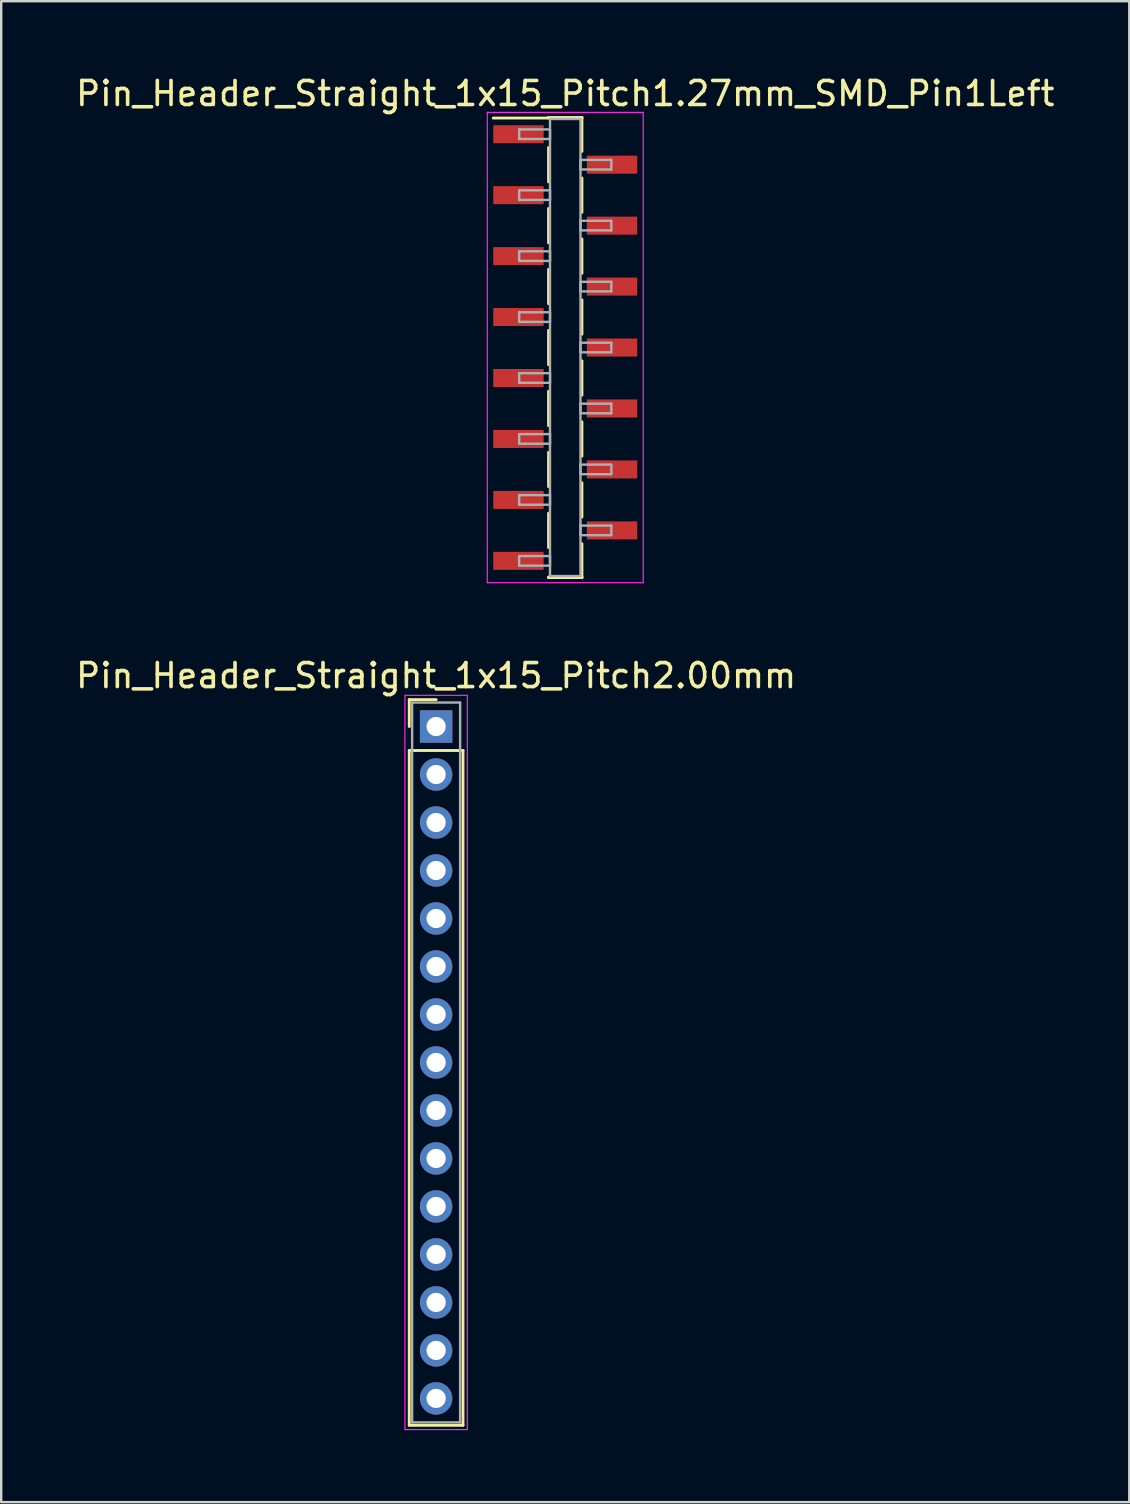
<source format=kicad_pcb>
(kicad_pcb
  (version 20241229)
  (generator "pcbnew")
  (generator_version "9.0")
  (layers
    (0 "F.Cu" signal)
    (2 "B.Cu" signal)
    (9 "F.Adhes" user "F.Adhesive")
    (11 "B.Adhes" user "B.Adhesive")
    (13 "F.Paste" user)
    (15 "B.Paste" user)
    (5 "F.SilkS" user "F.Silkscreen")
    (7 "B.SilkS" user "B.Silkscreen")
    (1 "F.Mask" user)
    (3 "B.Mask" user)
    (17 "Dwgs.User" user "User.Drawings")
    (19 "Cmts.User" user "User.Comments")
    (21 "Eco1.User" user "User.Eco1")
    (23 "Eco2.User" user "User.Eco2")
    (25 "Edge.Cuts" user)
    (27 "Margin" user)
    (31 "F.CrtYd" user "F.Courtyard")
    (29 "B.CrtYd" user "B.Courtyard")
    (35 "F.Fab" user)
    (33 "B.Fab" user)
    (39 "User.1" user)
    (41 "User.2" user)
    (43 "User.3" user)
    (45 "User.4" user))
  (footprint "Pin_Header_Straight_1x15_Pitch2.00mm"
    (layer "F.Cu")
    (at 15.125 27.227)
    (property "Reference" "Pin_Header_Straight_1x15_Pitch2.00mm" (at 0 -2.12 0) (layer "F.SilkS") (effects (font (size 1 1) (thickness 0.15))))
    (attr through_hole)
    (fp_line (start -1.12 -1.12) (end 0 -1.12) (stroke (width 0.12) (type solid)) (layer "F.SilkS"))
    (fp_line (start -1.12 0) (end -1.12 -1.12) (stroke (width 0.12) (type solid)) (layer "F.SilkS"))
    (fp_line (start -1.12 1) (end -1.12 29.12) (stroke (width 0.12) (type solid)) (layer "F.SilkS"))
    (fp_line (start -1.12 29.12) (end 1.12 29.12) (stroke (width 0.12) (type solid)) (layer "F.SilkS"))
    (fp_line (start 1.12 1) (end -1.12 1) (stroke (width 0.12) (type solid)) (layer "F.SilkS"))
    (fp_line (start 1.12 29.12) (end 1.12 1) (stroke (width 0.12) (type solid)) (layer "F.SilkS"))
    (fp_line (start -1.3 -1.3) (end -1.3 29.3) (stroke (width 0.05) (type solid)) (layer "F.CrtYd"))
    (fp_line (start -1.3 29.3) (end 1.3 29.3) (stroke (width 0.05) (type solid)) (layer "F.CrtYd"))
    (fp_line (start 1.3 -1.3) (end -1.3 -1.3) (stroke (width 0.05) (type solid)) (layer "F.CrtYd"))
    (fp_line (start 1.3 29.3) (end 1.3 -1.3) (stroke (width 0.05) (type solid)) (layer "F.CrtYd"))
    (fp_line (start -1 -1) (end -1 29) (stroke (width 0.1) (type solid)) (layer "F.Fab"))
    (fp_line (start -1 29) (end 1 29) (stroke (width 0.1) (type solid)) (layer "F.Fab"))
    (fp_line (start 1 -1) (end -1 -1) (stroke (width 0.1) (type solid)) (layer "F.Fab"))
    (fp_line (start 1 29) (end 1 -1) (stroke (width 0.1) (type solid)) (layer "F.Fab"))
    (pad "1" thru_hole rect (at 0 0) (size 1.35 1.35) (drill 0.8) (layers "*.Cu" "*.Mask"))
    (pad "2" thru_hole oval (at 0 2) (size 1.35 1.35) (drill 0.8) (layers "*.Cu" "*.Mask"))
    (pad "3" thru_hole oval (at 0 4) (size 1.35 1.35) (drill 0.8) (layers "*.Cu" "*.Mask"))
    (pad "4" thru_hole oval (at 0 6) (size 1.35 1.35) (drill 0.8) (layers "*.Cu" "*.Mask"))
    (pad "5" thru_hole oval (at 0 8) (size 1.35 1.35) (drill 0.8) (layers "*.Cu" "*.Mask"))
    (pad "6" thru_hole oval (at 0 10) (size 1.35 1.35) (drill 0.8) (layers "*.Cu" "*.Mask"))
    (pad "7" thru_hole oval (at 0 12) (size 1.35 1.35) (drill 0.8) (layers "*.Cu" "*.Mask"))
    (pad "8" thru_hole oval (at 0 14) (size 1.35 1.35) (drill 0.8) (layers "*.Cu" "*.Mask"))
    (pad "9" thru_hole oval (at 0 16) (size 1.35 1.35) (drill 0.8) (layers "*.Cu" "*.Mask"))
    (pad "10" thru_hole oval (at 0 18) (size 1.35 1.35) (drill 0.8) (layers "*.Cu" "*.Mask"))
    (pad "11" thru_hole oval (at 0 20) (size 1.35 1.35) (drill 0.8) (layers "*.Cu" "*.Mask"))
    (pad "12" thru_hole oval (at 0 22) (size 1.35 1.35) (drill 0.8) (layers "*.Cu" "*.Mask"))
    (pad "13" thru_hole oval (at 0 24) (size 1.35 1.35) (drill 0.8) (layers "*.Cu" "*.Mask"))
    (pad "14" thru_hole oval (at 0 26) (size 1.35 1.35) (drill 0.8) (layers "*.Cu" "*.Mask"))
    (pad "15" thru_hole oval (at 0 28) (size 1.35 1.35) (drill 0.8) (layers "*.Cu" "*.Mask")))
  (footprint "Pin_Header_Straight_1x15_Pitch1.27mm_SMD_Pin1Left"
    (layer "F.Cu")
    (at 20.506 11.433)
    (property "Reference" "Pin_Header_Straight_1x15_Pitch1.27mm_SMD_Pin1Left" (at 0 -10.585 0) (layer "F.SilkS") (effects (font (size 1 1) (thickness 0.15))))
    (attr smd)
    (fp_line (start -0.695 -9.585) (end 0.695 -9.585) (stroke (width 0.12) (type solid)) (layer "F.SilkS"))
    (fp_line (start -0.695 -9.565) (end -3 -9.565) (stroke (width 0.12) (type solid)) (layer "F.SilkS"))
    (fp_line (start -0.695 -9.565) (end -0.695 -9.585) (stroke (width 0.12) (type solid)) (layer "F.SilkS"))
    (fp_line (start -0.695 -8.335) (end -0.695 -6.905) (stroke (width 0.12) (type solid)) (layer "F.SilkS"))
    (fp_line (start -0.695 -5.795) (end -0.695 -4.365) (stroke (width 0.12) (type solid)) (layer "F.SilkS"))
    (fp_line (start -0.695 -3.255) (end -0.695 -1.825) (stroke (width 0.12) (type solid)) (layer "F.SilkS"))
    (fp_line (start -0.695 -0.715) (end -0.695 0.715) (stroke (width 0.12) (type solid)) (layer "F.SilkS"))
    (fp_line (start -0.695 1.825) (end -0.695 3.255) (stroke (width 0.12) (type solid)) (layer "F.SilkS"))
    (fp_line (start -0.695 4.365) (end -0.695 5.795) (stroke (width 0.12) (type solid)) (layer "F.SilkS"))
    (fp_line (start -0.695 6.905) (end -0.695 8.335) (stroke (width 0.12) (type solid)) (layer "F.SilkS"))
    (fp_line (start -0.695 9.565) (end -0.695 9.585) (stroke (width 0.12) (type solid)) (layer "F.SilkS"))
    (fp_line (start -0.695 9.585) (end 0.695 9.585) (stroke (width 0.12) (type solid)) (layer "F.SilkS"))
    (fp_line (start 0.695 -9.585) (end 0.695 -9.565) (stroke (width 0.12) (type solid)) (layer "F.SilkS"))
    (fp_line (start 0.695 -9.585) (end 0.695 -8.175) (stroke (width 0.12) (type solid)) (layer "F.SilkS"))
    (fp_line (start 0.695 -7.065) (end 0.695 -5.635) (stroke (width 0.12) (type solid)) (layer "F.SilkS"))
    (fp_line (start 0.695 -4.525) (end 0.695 -3.095) (stroke (width 0.12) (type solid)) (layer "F.SilkS"))
    (fp_line (start 0.695 -1.985) (end 0.695 -0.555) (stroke (width 0.12) (type solid)) (layer "F.SilkS"))
    (fp_line (start 0.695 0.555) (end 0.695 1.985) (stroke (width 0.12) (type solid)) (layer "F.SilkS"))
    (fp_line (start 0.695 3.095) (end 0.695 4.525) (stroke (width 0.12) (type solid)) (layer "F.SilkS"))
    (fp_line (start 0.695 5.635) (end 0.695 7.065) (stroke (width 0.12) (type solid)) (layer "F.SilkS"))
    (fp_line (start 0.695 8.175) (end 0.695 9.585) (stroke (width 0.12) (type solid)) (layer "F.SilkS"))
    (fp_line (start 0.695 9.585) (end 0.695 9.565) (stroke (width 0.12) (type solid)) (layer "F.SilkS"))
    (fp_line (start -3.25 -9.8) (end -3.25 9.8) (stroke (width 0.05) (type solid)) (layer "F.CrtYd"))
    (fp_line (start -3.25 9.8) (end 3.25 9.8) (stroke (width 0.05) (type solid)) (layer "F.CrtYd"))
    (fp_line (start 3.25 -9.8) (end -3.25 -9.8) (stroke (width 0.05) (type solid)) (layer "F.CrtYd"))
    (fp_line (start 3.25 9.8) (end 3.25 -9.8) (stroke (width 0.05) (type solid)) (layer "F.CrtYd"))
    (fp_line (start -1.92 -9.09) (end -0.635 -9.09) (stroke (width 0.1) (type solid)) (layer "F.Fab"))
    (fp_line (start -1.92 -8.69) (end -1.92 -9.09) (stroke (width 0.1) (type solid)) (layer "F.Fab"))
    (fp_line (start -1.92 -6.55) (end -0.635 -6.55) (stroke (width 0.1) (type solid)) (layer "F.Fab"))
    (fp_line (start -1.92 -6.15) (end -1.92 -6.55) (stroke (width 0.1) (type solid)) (layer "F.Fab"))
    (fp_line (start -1.92 -4.01) (end -0.635 -4.01) (stroke (width 0.1) (type solid)) (layer "F.Fab"))
    (fp_line (start -1.92 -3.61) (end -1.92 -4.01) (stroke (width 0.1) (type solid)) (layer "F.Fab"))
    (fp_line (start -1.92 -1.47) (end -0.635 -1.47) (stroke (width 0.1) (type solid)) (layer "F.Fab"))
    (fp_line (start -1.92 -1.07) (end -1.92 -1.47) (stroke (width 0.1) (type solid)) (layer "F.Fab"))
    (fp_line (start -1.92 1.07) (end -0.635 1.07) (stroke (width 0.1) (type solid)) (layer "F.Fab"))
    (fp_line (start -1.92 1.47) (end -1.92 1.07) (stroke (width 0.1) (type solid)) (layer "F.Fab"))
    (fp_line (start -1.92 3.61) (end -0.635 3.61) (stroke (width 0.1) (type solid)) (layer "F.Fab"))
    (fp_line (start -1.92 4.01) (end -1.92 3.61) (stroke (width 0.1) (type solid)) (layer "F.Fab"))
    (fp_line (start -1.92 6.15) (end -0.635 6.15) (stroke (width 0.1) (type solid)) (layer "F.Fab"))
    (fp_line (start -1.92 6.55) (end -1.92 6.15) (stroke (width 0.1) (type solid)) (layer "F.Fab"))
    (fp_line (start -1.92 8.69) (end -0.635 8.69) (stroke (width 0.1) (type solid)) (layer "F.Fab"))
    (fp_line (start -1.92 9.09) (end -1.92 8.69) (stroke (width 0.1) (type solid)) (layer "F.Fab"))
    (fp_line (start -0.635 -9.525) (end -0.635 9.525) (stroke (width 0.1) (type solid)) (layer "F.Fab"))
    (fp_line (start -0.635 -9.09) (end -0.635 -8.69) (stroke (width 0.1) (type solid)) (layer "F.Fab"))
    (fp_line (start -0.635 -8.69) (end -1.92 -8.69) (stroke (width 0.1) (type solid)) (layer "F.Fab"))
    (fp_line (start -0.635 -6.55) (end -0.635 -6.15) (stroke (width 0.1) (type solid)) (layer "F.Fab"))
    (fp_line (start -0.635 -6.15) (end -1.92 -6.15) (stroke (width 0.1) (type solid)) (layer "F.Fab"))
    (fp_line (start -0.635 -4.01) (end -0.635 -3.61) (stroke (width 0.1) (type solid)) (layer "F.Fab"))
    (fp_line (start -0.635 -3.61) (end -1.92 -3.61) (stroke (width 0.1) (type solid)) (layer "F.Fab"))
    (fp_line (start -0.635 -1.47) (end -0.635 -1.07) (stroke (width 0.1) (type solid)) (layer "F.Fab"))
    (fp_line (start -0.635 -1.07) (end -1.92 -1.07) (stroke (width 0.1) (type solid)) (layer "F.Fab"))
    (fp_line (start -0.635 1.07) (end -0.635 1.47) (stroke (width 0.1) (type solid)) (layer "F.Fab"))
    (fp_line (start -0.635 1.47) (end -1.92 1.47) (stroke (width 0.1) (type solid)) (layer "F.Fab"))
    (fp_line (start -0.635 3.61) (end -0.635 4.01) (stroke (width 0.1) (type solid)) (layer "F.Fab"))
    (fp_line (start -0.635 4.01) (end -1.92 4.01) (stroke (width 0.1) (type solid)) (layer "F.Fab"))
    (fp_line (start -0.635 6.15) (end -0.635 6.55) (stroke (width 0.1) (type solid)) (layer "F.Fab"))
    (fp_line (start -0.635 6.55) (end -1.92 6.55) (stroke (width 0.1) (type solid)) (layer "F.Fab"))
    (fp_line (start -0.635 8.69) (end -0.635 9.09) (stroke (width 0.1) (type solid)) (layer "F.Fab"))
    (fp_line (start -0.635 9.09) (end -1.92 9.09) (stroke (width 0.1) (type solid)) (layer "F.Fab"))
    (fp_line (start -0.635 9.525) (end 0.635 9.525) (stroke (width 0.1) (type solid)) (layer "F.Fab"))
    (fp_line (start 0.635 -9.525) (end -0.635 -9.525) (stroke (width 0.1) (type solid)) (layer "F.Fab"))
    (fp_line (start 0.635 -7.82) (end 0.635 -7.42) (stroke (width 0.1) (type solid)) (layer "F.Fab"))
    (fp_line (start 0.635 -7.42) (end 1.92 -7.42) (stroke (width 0.1) (type solid)) (layer "F.Fab"))
    (fp_line (start 0.635 -5.28) (end 0.635 -4.88) (stroke (width 0.1) (type solid)) (layer "F.Fab"))
    (fp_line (start 0.635 -4.88) (end 1.92 -4.88) (stroke (width 0.1) (type solid)) (layer "F.Fab"))
    (fp_line (start 0.635 -2.74) (end 0.635 -2.34) (stroke (width 0.1) (type solid)) (layer "F.Fab"))
    (fp_line (start 0.635 -2.34) (end 1.92 -2.34) (stroke (width 0.1) (type solid)) (layer "F.Fab"))
    (fp_line (start 0.635 -0.2) (end 0.635 0.2) (stroke (width 0.1) (type solid)) (layer "F.Fab"))
    (fp_line (start 0.635 0.2) (end 1.92 0.2) (stroke (width 0.1) (type solid)) (layer "F.Fab"))
    (fp_line (start 0.635 2.34) (end 0.635 2.74) (stroke (width 0.1) (type solid)) (layer "F.Fab"))
    (fp_line (start 0.635 2.74) (end 1.92 2.74) (stroke (width 0.1) (type solid)) (layer "F.Fab"))
    (fp_line (start 0.635 4.88) (end 0.635 5.28) (stroke (width 0.1) (type solid)) (layer "F.Fab"))
    (fp_line (start 0.635 5.28) (end 1.92 5.28) (stroke (width 0.1) (type solid)) (layer "F.Fab"))
    (fp_line (start 0.635 7.42) (end 0.635 7.82) (stroke (width 0.1) (type solid)) (layer "F.Fab"))
    (fp_line (start 0.635 7.82) (end 1.92 7.82) (stroke (width 0.1) (type solid)) (layer "F.Fab"))
    (fp_line (start 0.635 9.525) (end 0.635 -9.525) (stroke (width 0.1) (type solid)) (layer "F.Fab"))
    (fp_line (start 1.92 -7.82) (end 0.635 -7.82) (stroke (width 0.1) (type solid)) (layer "F.Fab"))
    (fp_line (start 1.92 -7.42) (end 1.92 -7.82) (stroke (width 0.1) (type solid)) (layer "F.Fab"))
    (fp_line (start 1.92 -5.28) (end 0.635 -5.28) (stroke (width 0.1) (type solid)) (layer "F.Fab"))
    (fp_line (start 1.92 -4.88) (end 1.92 -5.28) (stroke (width 0.1) (type solid)) (layer "F.Fab"))
    (fp_line (start 1.92 -2.74) (end 0.635 -2.74) (stroke (width 0.1) (type solid)) (layer "F.Fab"))
    (fp_line (start 1.92 -2.34) (end 1.92 -2.74) (stroke (width 0.1) (type solid)) (layer "F.Fab"))
    (fp_line (start 1.92 -0.2) (end 0.635 -0.2) (stroke (width 0.1) (type solid)) (layer "F.Fab"))
    (fp_line (start 1.92 0.2) (end 1.92 -0.2) (stroke (width 0.1) (type solid)) (layer "F.Fab"))
    (fp_line (start 1.92 2.34) (end 0.635 2.34) (stroke (width 0.1) (type solid)) (layer "F.Fab"))
    (fp_line (start 1.92 2.74) (end 1.92 2.34) (stroke (width 0.1) (type solid)) (layer "F.Fab"))
    (fp_line (start 1.92 4.88) (end 0.635 4.88) (stroke (width 0.1) (type solid)) (layer "F.Fab"))
    (fp_line (start 1.92 5.28) (end 1.92 4.88) (stroke (width 0.1) (type solid)) (layer "F.Fab"))
    (fp_line (start 1.92 7.42) (end 0.635 7.42) (stroke (width 0.1) (type solid)) (layer "F.Fab"))
    (fp_line (start 1.92 7.82) (end 1.92 7.42) (stroke (width 0.1) (type solid)) (layer "F.Fab"))
    (pad "1" smd rect (at -1.95 -8.89) (size 2.1 0.75) (layers "F.Cu" "F.Mask"))
    (pad "2" smd rect (at 1.95 -7.62) (size 2.1 0.75) (layers "F.Cu" "F.Mask"))
    (pad "3" smd rect (at -1.95 -6.35) (size 2.1 0.75) (layers "F.Cu" "F.Mask"))
    (pad "4" smd rect (at 1.95 -5.08) (size 2.1 0.75) (layers "F.Cu" "F.Mask"))
    (pad "5" smd rect (at -1.95 -3.81) (size 2.1 0.75) (layers "F.Cu" "F.Mask"))
    (pad "6" smd rect (at 1.95 -2.54) (size 2.1 0.75) (layers "F.Cu" "F.Mask"))
    (pad "7" smd rect (at -1.95 -1.27) (size 2.1 0.75) (layers "F.Cu" "F.Mask"))
    (pad "8" smd rect (at 1.95 0) (size 2.1 0.75) (layers "F.Cu" "F.Mask"))
    (pad "9" smd rect (at -1.95 1.27) (size 2.1 0.75) (layers "F.Cu" "F.Mask"))
    (pad "10" smd rect (at 1.95 2.54) (size 2.1 0.75) (layers "F.Cu" "F.Mask"))
    (pad "11" smd rect (at -1.95 3.81) (size 2.1 0.75) (layers "F.Cu" "F.Mask"))
    (pad "12" smd rect (at 1.95 5.08) (size 2.1 0.75) (layers "F.Cu" "F.Mask"))
    (pad "13" smd rect (at -1.95 6.35) (size 2.1 0.75) (layers "F.Cu" "F.Mask"))
    (pad "14" smd rect (at 1.95 7.62) (size 2.1 0.75) (layers "F.Cu" "F.Mask"))
    (pad "15" smd rect (at -1.95 8.89) (size 2.1 0.75) (layers "F.Cu" "F.Mask")))
  (gr_rect
    (start -3 -3)
    (end 44.012 59.551)
    (stroke (width 0.1) (type default))
    (fill no)
    (layer "Edge.Cuts")))
</source>
